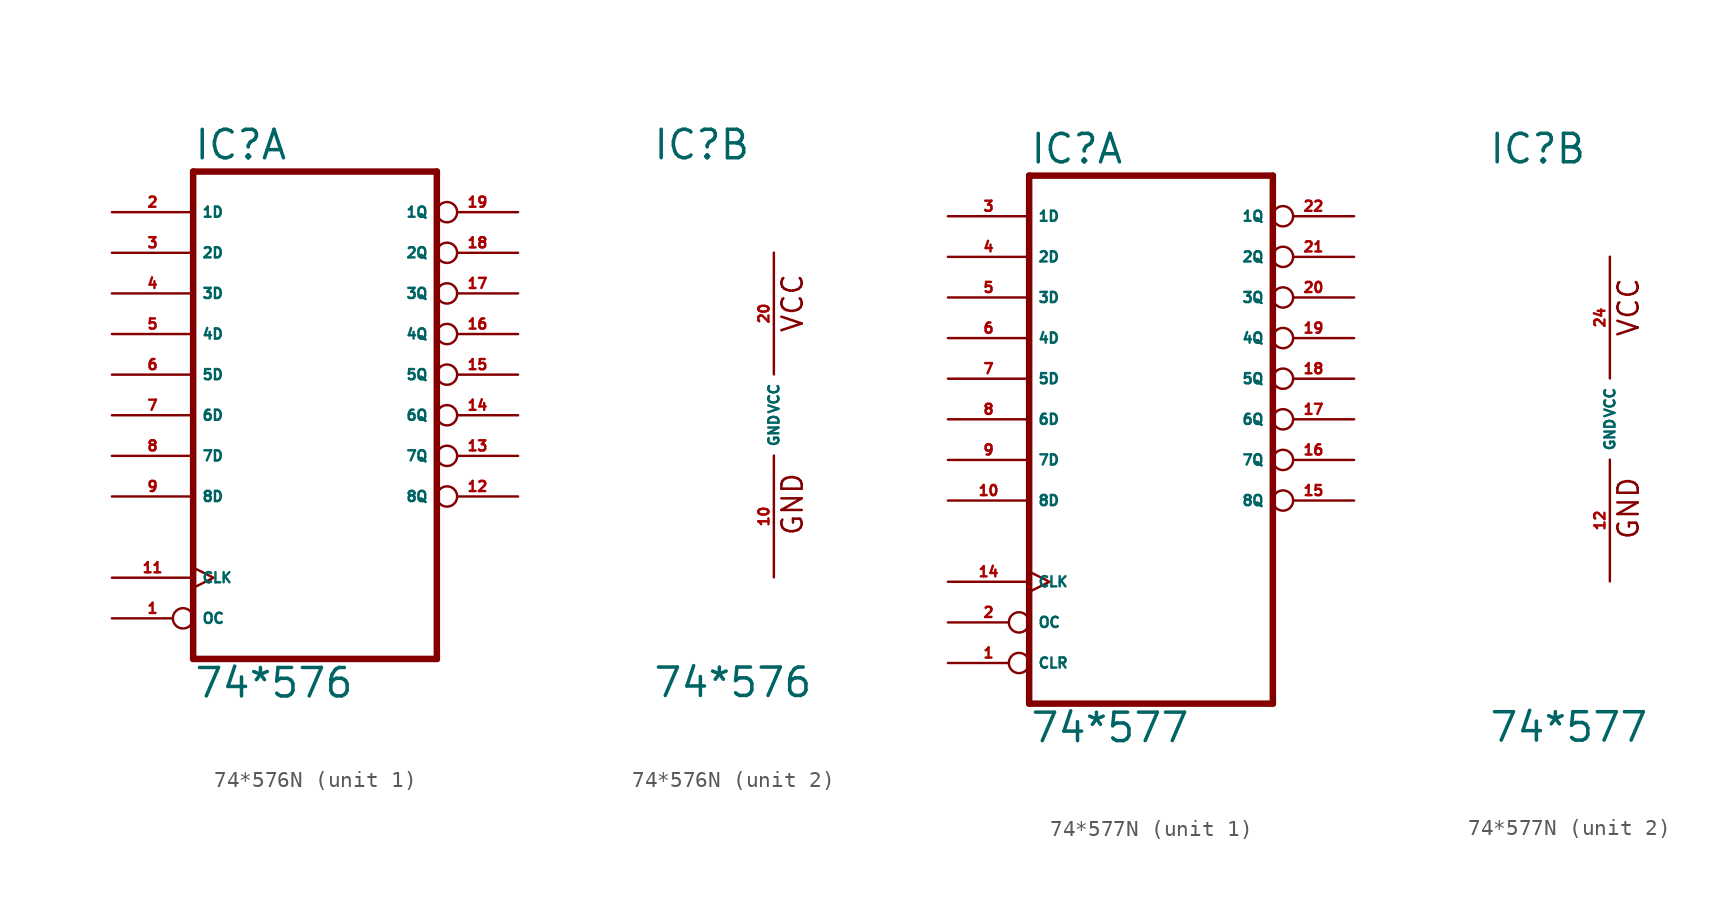
<source format=kicad_sym>
(kicad_symbol_lib
  (version 20220914)
  (generator Eagle2Kicad)
  (symbol "74*576N"
    (property "Reference" "IC"
      (at -7.62 15.875 0)
      (effects (font (size 1.778 1.778) (thickness 0.22)) (justify left bottom)))
    (property "Value" "74*576"
      (at -7.62 -17.78 0)
      (effects (font (size 1.778 1.778) (thickness 0.22)) (justify left bottom)))
    (symbol "74*576N_1_0"
      (polyline (pts (xy -7.62 -15.24) (xy 7.62 -15.24)) (stroke (width 0.406) (type default)) (fill (type none)))
      (polyline (pts (xy 7.62 -15.24) (xy 7.62 15.24)) (stroke (width 0.406) (type default)) (fill (type none)))
      (polyline (pts (xy 7.62 15.24) (xy -7.62 15.24)) (stroke (width 0.406) (type default)) (fill (type none)))
      (polyline (pts (xy -7.62 15.24) (xy -7.62 -15.24)) (stroke (width 0.406) (type default)) (fill (type none)))
      (pin input inverted (at -12.7 -12.7 0) (length 5.08) (name "OC" (effects (font (size 0.635 0.635) (thickness 0.08)) (justify left bottom))) (number "1" (effects (font (size 0.635 0.635) (thickness 0.08)) (justify left bottom))))
      (pin input line (at -12.7 12.7 0) (length 5.08) (name "1D" (effects (font (size 0.635 0.635) (thickness 0.08)) (justify left bottom))) (number "2" (effects (font (size 0.635 0.635) (thickness 0.08)) (justify left bottom))))
      (pin input line (at -12.7 10.16 0) (length 5.08) (name "2D" (effects (font (size 0.635 0.635) (thickness 0.08)) (justify left bottom))) (number "3" (effects (font (size 0.635 0.635) (thickness 0.08)) (justify left bottom))))
      (pin input line (at -12.7 7.62 0) (length 5.08) (name "3D" (effects (font (size 0.635 0.635) (thickness 0.08)) (justify left bottom))) (number "4" (effects (font (size 0.635 0.635) (thickness 0.08)) (justify left bottom))))
      (pin input line (at -12.7 5.08 0) (length 5.08) (name "4D" (effects (font (size 0.635 0.635) (thickness 0.08)) (justify left bottom))) (number "5" (effects (font (size 0.635 0.635) (thickness 0.08)) (justify left bottom))))
      (pin input line (at -12.7 2.54 0) (length 5.08) (name "5D" (effects (font (size 0.635 0.635) (thickness 0.08)) (justify left bottom))) (number "6" (effects (font (size 0.635 0.635) (thickness 0.08)) (justify left bottom))))
      (pin input line (at -12.7 0 0) (length 5.08) (name "6D" (effects (font (size 0.635 0.635) (thickness 0.08)) (justify left bottom))) (number "7" (effects (font (size 0.635 0.635) (thickness 0.08)) (justify left bottom))))
      (pin input line (at -12.7 -2.54 0) (length 5.08) (name "7D" (effects (font (size 0.635 0.635) (thickness 0.08)) (justify left bottom))) (number "8" (effects (font (size 0.635 0.635) (thickness 0.08)) (justify left bottom))))
      (pin input line (at -12.7 -5.08 0) (length 5.08) (name "8D" (effects (font (size 0.635 0.635) (thickness 0.08)) (justify left bottom))) (number "9" (effects (font (size 0.635 0.635) (thickness 0.08)) (justify left bottom))))
      (pin input clock (at -12.7 -10.16 0) (length 5.08) (name "CLK" (effects (font (size 0.635 0.635) (thickness 0.08)) (justify left bottom))) (number "11" (effects (font (size 0.635 0.635) (thickness 0.08)) (justify left bottom))))
      (pin tri_state inverted (at 12.7 -5.08 180) (length 5.08) (name "8Q" (effects (font (size 0.635 0.635) (thickness 0.08)) (justify left bottom))) (number "12" (effects (font (size 0.635 0.635) (thickness 0.08)) (justify left bottom))))
      (pin tri_state inverted (at 12.7 -2.54 180) (length 5.08) (name "7Q" (effects (font (size 0.635 0.635) (thickness 0.08)) (justify left bottom))) (number "13" (effects (font (size 0.635 0.635) (thickness 0.08)) (justify left bottom))))
      (pin tri_state inverted (at 12.7 0 180) (length 5.08) (name "6Q" (effects (font (size 0.635 0.635) (thickness 0.08)) (justify left bottom))) (number "14" (effects (font (size 0.635 0.635) (thickness 0.08)) (justify left bottom))))
      (pin tri_state inverted (at 12.7 2.54 180) (length 5.08) (name "5Q" (effects (font (size 0.635 0.635) (thickness 0.08)) (justify left bottom))) (number "15" (effects (font (size 0.635 0.635) (thickness 0.08)) (justify left bottom))))
      (pin tri_state inverted (at 12.7 5.08 180) (length 5.08) (name "4Q" (effects (font (size 0.635 0.635) (thickness 0.08)) (justify left bottom))) (number "16" (effects (font (size 0.635 0.635) (thickness 0.08)) (justify left bottom))))
      (pin tri_state inverted (at 12.7 7.62 180) (length 5.08) (name "3Q" (effects (font (size 0.635 0.635) (thickness 0.08)) (justify left bottom))) (number "17" (effects (font (size 0.635 0.635) (thickness 0.08)) (justify left bottom))))
      (pin tri_state inverted (at 12.7 10.16 180) (length 5.08) (name "2Q" (effects (font (size 0.635 0.635) (thickness 0.08)) (justify left bottom))) (number "18" (effects (font (size 0.635 0.635) (thickness 0.08)) (justify left bottom))))
      (pin tri_state inverted (at 12.7 12.7 180) (length 5.08) (name "1Q" (effects (font (size 0.635 0.635) (thickness 0.08)) (justify left bottom))) (number "19" (effects (font (size 0.635 0.635) (thickness 0.08)) (justify left bottom)))))
    (symbol "74*576N_2_0"
      (text "GND" (at 1.905 -7.62 900) (effects (font (size 1.27 1.27) (thickness 0.16)) (justify left bottom)))
      (text "VCC" (at 1.905 5.08 900) (effects (font (size 1.27 1.27) (thickness 0.16)) (justify left bottom)))
      (pin unspecified line (at 0 -10.16 90) (length 7.62) (name "GND" (effects (font (size 0.635 0.635) (thickness 0.08)) (justify left bottom))) (number "10" (effects (font (size 0.635 0.635) (thickness 0.08)) (justify left bottom))))
      (pin unspecified line (at 0 10.16 270) (length 7.62) (name "VCC" (effects (font (size 0.635 0.635) (thickness 0.08)) (justify left bottom))) (number "20" (effects (font (size 0.635 0.635) (thickness 0.08)) (justify left bottom))))))
  (symbol "74*577N"
    (property "Reference" "IC"
      (at -7.62 15.875 0)
      (effects (font (size 1.778 1.778) (thickness 0.22)) (justify left bottom)))
    (property "Value" "74*577"
      (at -7.62 -20.32 0)
      (effects (font (size 1.778 1.778) (thickness 0.22)) (justify left bottom)))
    (symbol "74*577N_1_0"
      (polyline (pts (xy -7.62 -17.78) (xy 7.62 -17.78)) (stroke (width 0.406) (type default)) (fill (type none)))
      (polyline (pts (xy 7.62 -17.78) (xy 7.62 15.24)) (stroke (width 0.406) (type default)) (fill (type none)))
      (polyline (pts (xy 7.62 15.24) (xy -7.62 15.24)) (stroke (width 0.406) (type default)) (fill (type none)))
      (polyline (pts (xy -7.62 15.24) (xy -7.62 -17.78)) (stroke (width 0.406) (type default)) (fill (type none)))
      (pin input inverted (at -12.7 -15.24 0) (length 5.08) (name "CLR" (effects (font (size 0.635 0.635) (thickness 0.08)) (justify left bottom))) (number "1" (effects (font (size 0.635 0.635) (thickness 0.08)) (justify left bottom))))
      (pin input inverted (at -12.7 -12.7 0) (length 5.08) (name "OC" (effects (font (size 0.635 0.635) (thickness 0.08)) (justify left bottom))) (number "2" (effects (font (size 0.635 0.635) (thickness 0.08)) (justify left bottom))))
      (pin input line (at -12.7 12.7 0) (length 5.08) (name "1D" (effects (font (size 0.635 0.635) (thickness 0.08)) (justify left bottom))) (number "3" (effects (font (size 0.635 0.635) (thickness 0.08)) (justify left bottom))))
      (pin input line (at -12.7 10.16 0) (length 5.08) (name "2D" (effects (font (size 0.635 0.635) (thickness 0.08)) (justify left bottom))) (number "4" (effects (font (size 0.635 0.635) (thickness 0.08)) (justify left bottom))))
      (pin input line (at -12.7 7.62 0) (length 5.08) (name "3D" (effects (font (size 0.635 0.635) (thickness 0.08)) (justify left bottom))) (number "5" (effects (font (size 0.635 0.635) (thickness 0.08)) (justify left bottom))))
      (pin input line (at -12.7 5.08 0) (length 5.08) (name "4D" (effects (font (size 0.635 0.635) (thickness 0.08)) (justify left bottom))) (number "6" (effects (font (size 0.635 0.635) (thickness 0.08)) (justify left bottom))))
      (pin input line (at -12.7 2.54 0) (length 5.08) (name "5D" (effects (font (size 0.635 0.635) (thickness 0.08)) (justify left bottom))) (number "7" (effects (font (size 0.635 0.635) (thickness 0.08)) (justify left bottom))))
      (pin input line (at -12.7 0 0) (length 5.08) (name "6D" (effects (font (size 0.635 0.635) (thickness 0.08)) (justify left bottom))) (number "8" (effects (font (size 0.635 0.635) (thickness 0.08)) (justify left bottom))))
      (pin input line (at -12.7 -2.54 0) (length 5.08) (name "7D" (effects (font (size 0.635 0.635) (thickness 0.08)) (justify left bottom))) (number "9" (effects (font (size 0.635 0.635) (thickness 0.08)) (justify left bottom))))
      (pin input line (at -12.7 -5.08 0) (length 5.08) (name "8D" (effects (font (size 0.635 0.635) (thickness 0.08)) (justify left bottom))) (number "10" (effects (font (size 0.635 0.635) (thickness 0.08)) (justify left bottom))))
      (pin input clock (at -12.7 -10.16 0) (length 5.08) (name "CLK" (effects (font (size 0.635 0.635) (thickness 0.08)) (justify left bottom))) (number "14" (effects (font (size 0.635 0.635) (thickness 0.08)) (justify left bottom))))
      (pin tri_state inverted (at 12.7 -5.08 180) (length 5.08) (name "8Q" (effects (font (size 0.635 0.635) (thickness 0.08)) (justify left bottom))) (number "15" (effects (font (size 0.635 0.635) (thickness 0.08)) (justify left bottom))))
      (pin tri_state inverted (at 12.7 -2.54 180) (length 5.08) (name "7Q" (effects (font (size 0.635 0.635) (thickness 0.08)) (justify left bottom))) (number "16" (effects (font (size 0.635 0.635) (thickness 0.08)) (justify left bottom))))
      (pin tri_state inverted (at 12.7 0 180) (length 5.08) (name "6Q" (effects (font (size 0.635 0.635) (thickness 0.08)) (justify left bottom))) (number "17" (effects (font (size 0.635 0.635) (thickness 0.08)) (justify left bottom))))
      (pin tri_state inverted (at 12.7 2.54 180) (length 5.08) (name "5Q" (effects (font (size 0.635 0.635) (thickness 0.08)) (justify left bottom))) (number "18" (effects (font (size 0.635 0.635) (thickness 0.08)) (justify left bottom))))
      (pin tri_state inverted (at 12.7 5.08 180) (length 5.08) (name "4Q" (effects (font (size 0.635 0.635) (thickness 0.08)) (justify left bottom))) (number "19" (effects (font (size 0.635 0.635) (thickness 0.08)) (justify left bottom))))
      (pin tri_state inverted (at 12.7 7.62 180) (length 5.08) (name "3Q" (effects (font (size 0.635 0.635) (thickness 0.08)) (justify left bottom))) (number "20" (effects (font (size 0.635 0.635) (thickness 0.08)) (justify left bottom))))
      (pin tri_state inverted (at 12.7 10.16 180) (length 5.08) (name "2Q" (effects (font (size 0.635 0.635) (thickness 0.08)) (justify left bottom))) (number "21" (effects (font (size 0.635 0.635) (thickness 0.08)) (justify left bottom))))
      (pin tri_state inverted (at 12.7 12.7 180) (length 5.08) (name "1Q" (effects (font (size 0.635 0.635) (thickness 0.08)) (justify left bottom))) (number "22" (effects (font (size 0.635 0.635) (thickness 0.08)) (justify left bottom)))))
    (symbol "74*577N_2_0"
      (text "GND" (at 1.905 -7.62 900) (effects (font (size 1.27 1.27) (thickness 0.16)) (justify left bottom)))
      (text "VCC" (at 1.905 5.08 900) (effects (font (size 1.27 1.27) (thickness 0.16)) (justify left bottom)))
      (pin unspecified line (at 0 -10.16 90) (length 7.62) (name "GND" (effects (font (size 0.635 0.635) (thickness 0.08)) (justify left bottom))) (number "12" (effects (font (size 0.635 0.635) (thickness 0.08)) (justify left bottom))))
      (pin unspecified line (at 0 10.16 270) (length 7.62) (name "VCC" (effects (font (size 0.635 0.635) (thickness 0.08)) (justify left bottom))) (number "24" (effects (font (size 0.635 0.635) (thickness 0.08)) (justify left bottom)))))))
</source>
